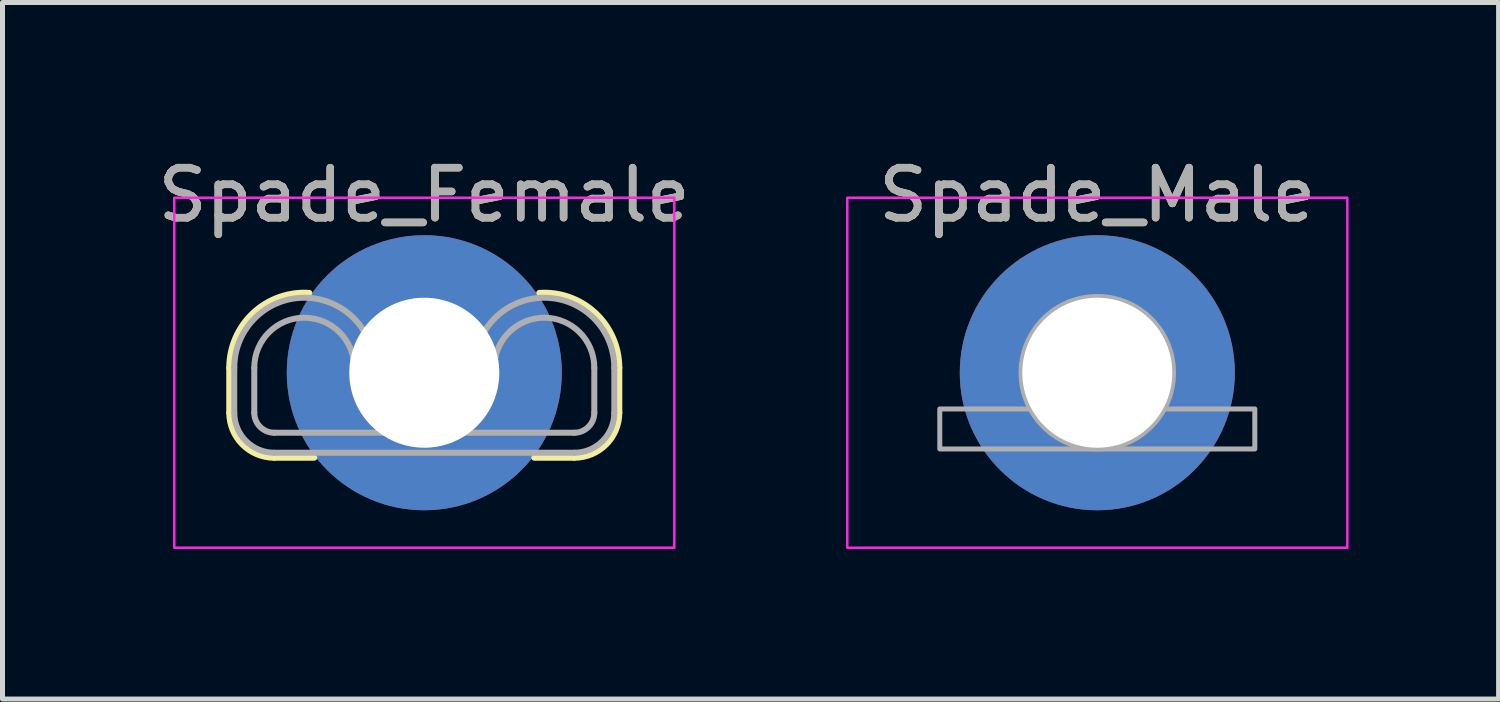
<source format=kicad_pcb>
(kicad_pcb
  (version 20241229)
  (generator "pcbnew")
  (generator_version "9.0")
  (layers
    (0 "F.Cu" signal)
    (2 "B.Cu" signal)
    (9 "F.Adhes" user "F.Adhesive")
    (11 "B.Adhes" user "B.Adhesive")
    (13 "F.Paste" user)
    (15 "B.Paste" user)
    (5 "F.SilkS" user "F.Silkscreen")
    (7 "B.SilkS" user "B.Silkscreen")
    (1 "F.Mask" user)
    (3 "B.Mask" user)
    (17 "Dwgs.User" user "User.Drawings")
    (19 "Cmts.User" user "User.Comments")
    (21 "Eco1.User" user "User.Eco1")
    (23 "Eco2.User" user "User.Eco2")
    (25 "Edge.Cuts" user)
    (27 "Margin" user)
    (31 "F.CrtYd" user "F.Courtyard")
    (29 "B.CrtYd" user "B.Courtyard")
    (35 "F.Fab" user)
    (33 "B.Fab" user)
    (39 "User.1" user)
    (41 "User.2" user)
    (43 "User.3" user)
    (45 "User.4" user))
  (footprint "Spade_Female"
    (layer "F.Cu")
    (at 5.435 4.404)
    (property "Reference" "Spade_Female" (at 0 -3.556 0) (unlocked yes) (layer "F.SilkS") (effects (font (size 1 1) (thickness 0.15))))
    (attr through_hole)
    (fp_line (start -3.9 0.8) (end -3.9 -0.1) (stroke (width 0.12) (type solid)) (layer "F.SilkS"))
    (fp_line (start -3 1.7) (end -2.2 1.7) (stroke (width 0.12) (type solid)) (layer "F.SilkS"))
    (fp_line (start 3 1.7) (end 2.2 1.7) (stroke (width 0.12) (type solid)) (layer "F.SilkS"))
    (fp_line (start 3.9 0.8) (end 3.9 -0.1) (stroke (width 0.12) (type solid)) (layer "F.SilkS"))
    (fp_arc (start -3.9 -0.1) (mid -3.424776 -1.195369) (end -2.300221 -1.596678) (stroke (width 0.12) (type solid)) (layer "F.SilkS"))
    (fp_arc (start -3 1.7) (mid -3.636396 1.436396) (end -3.9 0.8) (stroke (width 0.12) (type solid)) (layer "F.SilkS"))
    (fp_arc (start 2.300221 -1.596678) (mid 3.424776 -1.19537) (end 3.9 -0.1) (stroke (width 0.12) (type solid)) (layer "F.SilkS"))
    (fp_arc (start 3.9 0.8) (mid 3.636396 1.436396) (end 3 1.7) (stroke (width 0.12) (type solid)) (layer "F.SilkS"))
    (fp_rect (start -5 -3.5) (end 5 3.5) (stroke (width 0.05) (type solid)) (fill no) (layer "F.CrtYd"))
    (fp_line (start -3.8 -0.1) (end -3.8 0.8) (stroke (width 0.12) (type solid)) (layer "F.Fab"))
    (fp_line (start -3.4 -0.1) (end -3.4 0.8) (stroke (width 0.12) (type solid)) (layer "F.Fab"))
    (fp_line (start -3 1.2) (end 3 1.2) (stroke (width 0.12) (type solid)) (layer "F.Fab"))
    (fp_line (start -1.4 -0.1) (end -1.4 0.3) (stroke (width 0.12) (type solid)) (layer "F.Fab"))
    (fp_line (start -1.4 0.3) (end -1 0.3) (stroke (width 0.12) (type solid)) (layer "F.Fab"))
    (fp_line (start -1 0.3) (end -1 -0.1) (stroke (width 0.12) (type solid)) (layer "F.Fab"))
    (fp_line (start 1 0.3) (end 1 -0.1) (stroke (width 0.12) (type solid)) (layer "F.Fab"))
    (fp_line (start 1.4 -0.1) (end 1.4 0.3) (stroke (width 0.12) (type solid)) (layer "F.Fab"))
    (fp_line (start 1.4 0.3) (end 1 0.3) (stroke (width 0.12) (type solid)) (layer "F.Fab"))
    (fp_line (start 3 1.6) (end -3 1.6) (stroke (width 0.12) (type solid)) (layer "F.Fab"))
    (fp_line (start 3.4 -0.1) (end 3.4 0.8) (stroke (width 0.12) (type solid)) (layer "F.Fab"))
    (fp_line (start 3.8 -0.1) (end 3.8 0.8) (stroke (width 0.12) (type solid)) (layer "F.Fab"))
    (fp_arc (start -3.8 -0.1) (mid -2.4 -1.5) (end -1 -0.1) (stroke (width 0.12) (type solid)) (layer "F.Fab"))
    (fp_arc (start -3.4 -0.1) (mid -2.4 -1.1) (end -1.4 -0.1) (stroke (width 0.12) (type solid)) (layer "F.Fab"))
    (fp_arc (start -3 1.2) (mid -3.282843 1.082843) (end -3.4 0.8) (stroke (width 0.12) (type solid)) (layer "F.Fab"))
    (fp_arc (start -3 1.6) (mid -3.565685 1.365685) (end -3.8 0.8) (stroke (width 0.12) (type solid)) (layer "F.Fab"))
    (fp_arc (start -0.6 1.2) (mid 0 1) (end 0.6 1.2) (stroke (width 0.12) (type solid)) (layer "F.Fab"))
    (fp_arc (start 1 -0.1) (mid 2.4 -1.5) (end 3.8 -0.1) (stroke (width 0.12) (type solid)) (layer "F.Fab"))
    (fp_arc (start 1.4 -0.1) (mid 2.4 -1.1) (end 3.4 -0.1) (stroke (width 0.12) (type solid)) (layer "F.Fab"))
    (fp_arc (start 3.4 0.8) (mid 3.282843 1.082843) (end 3 1.2) (stroke (width 0.12) (type solid)) (layer "F.Fab"))
    (fp_arc (start 3.8 0.8) (mid 3.565685 1.365685) (end 3 1.6) (stroke (width 0.12) (type solid)) (layer "F.Fab"))
    (fp_text user "${REFERENCE}" (at 0 -3.556 0) (unlocked yes) (layer "F.Fab") (effects (font (size 1 1) (thickness 0.15))))
    (pad "1" thru_hole circle (at 0 0) (size 5.5 5.5) (drill 3) (layers "*.Cu" "*.Mask")))
  (footprint "Spade_Male"
    (layer "F.Cu")
    (at 18.894 4.404)
    (property "Reference" "Spade_Male" (at 0 -3.556 0) (unlocked yes) (layer "F.SilkS") (effects (font (size 1 1) (thickness 0.15))))
    (attr through_hole)
    (fp_rect (start -5 -3.5) (end 5 3.5) (stroke (width 0.05) (type solid)) (fill no) (layer "F.CrtYd"))
    (fp_rect (start -3.15 0.724) (end 3.15 1.524) (stroke (width 0.1) (type solid)) (fill no) (layer "F.Fab"))
    (fp_circle (center 0 0) (end 0 1.524) (stroke (width 0.1) (type solid)) (fill no) (layer "F.Fab"))
    (fp_text user "${REFERENCE}" (at 0 -3.556 0) (unlocked yes) (layer "F.Fab") (effects (font (size 1 1) (thickness 0.15))))
    (pad "1" thru_hole circle (at 0 0) (size 5.5 5.5) (drill 3) (layers "*.Cu" "*.Mask")))
  (gr_rect
    (start -3 -3)
    (end 26.919 10.929)
    (stroke (width 0.1) (type default))
    (fill no)
    (layer "Edge.Cuts")))
</source>
